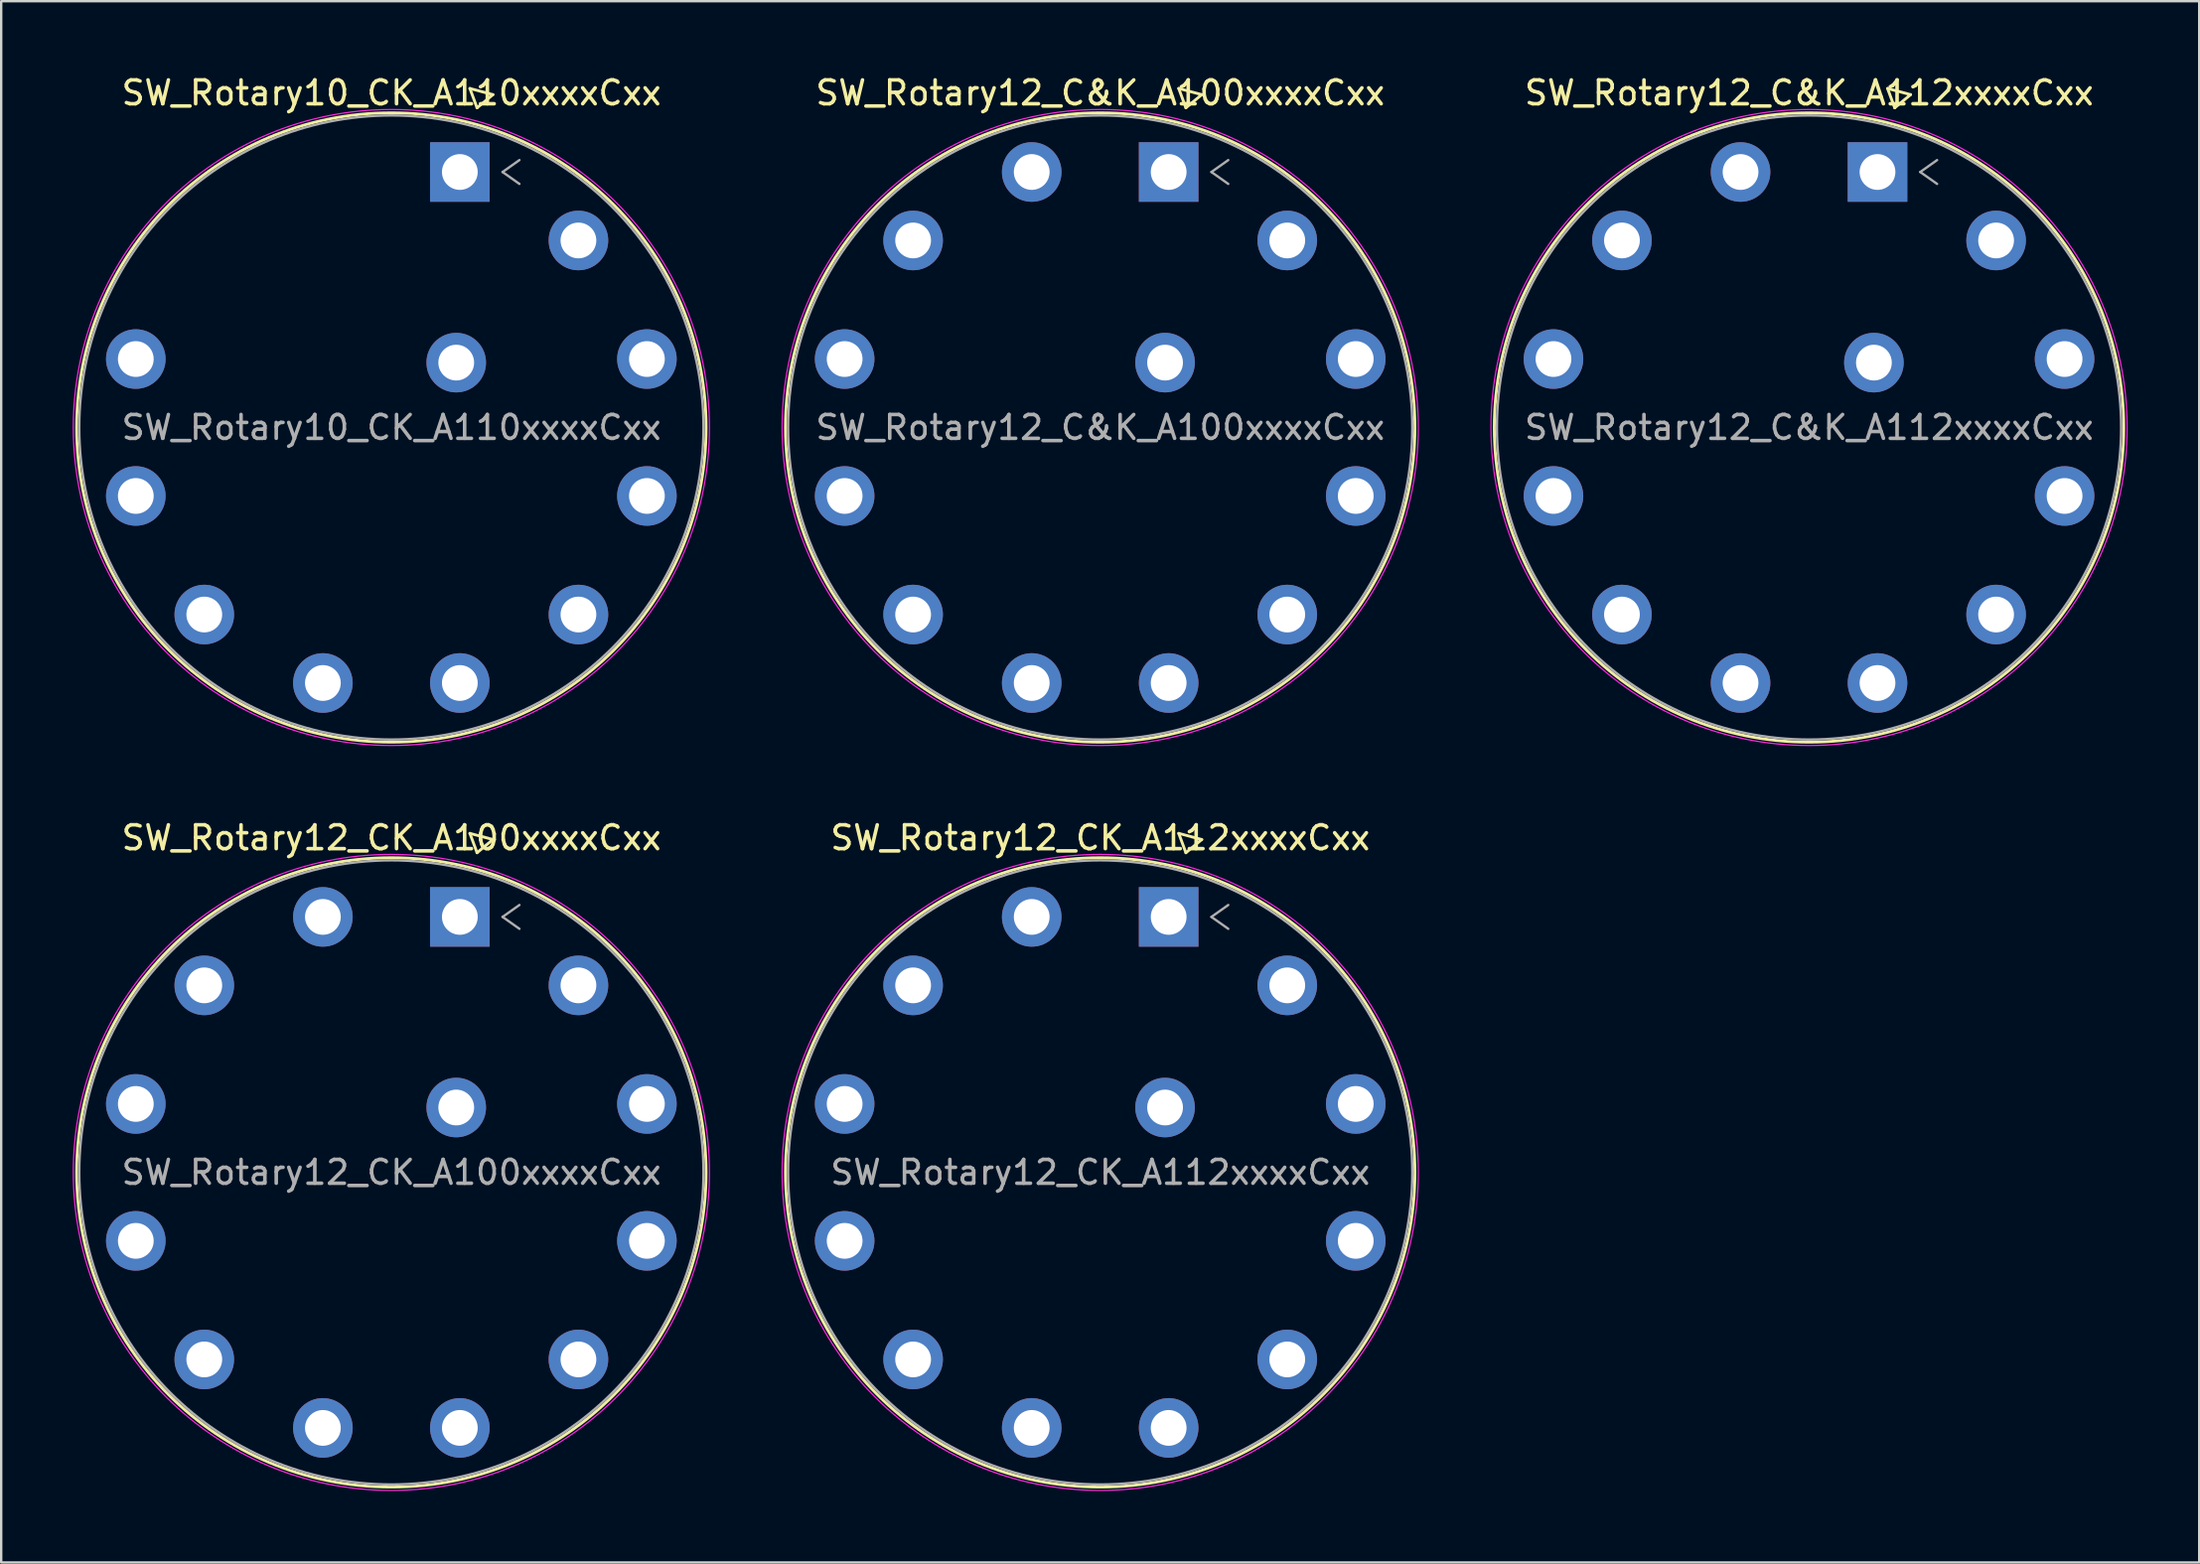
<source format=kicad_pcb>
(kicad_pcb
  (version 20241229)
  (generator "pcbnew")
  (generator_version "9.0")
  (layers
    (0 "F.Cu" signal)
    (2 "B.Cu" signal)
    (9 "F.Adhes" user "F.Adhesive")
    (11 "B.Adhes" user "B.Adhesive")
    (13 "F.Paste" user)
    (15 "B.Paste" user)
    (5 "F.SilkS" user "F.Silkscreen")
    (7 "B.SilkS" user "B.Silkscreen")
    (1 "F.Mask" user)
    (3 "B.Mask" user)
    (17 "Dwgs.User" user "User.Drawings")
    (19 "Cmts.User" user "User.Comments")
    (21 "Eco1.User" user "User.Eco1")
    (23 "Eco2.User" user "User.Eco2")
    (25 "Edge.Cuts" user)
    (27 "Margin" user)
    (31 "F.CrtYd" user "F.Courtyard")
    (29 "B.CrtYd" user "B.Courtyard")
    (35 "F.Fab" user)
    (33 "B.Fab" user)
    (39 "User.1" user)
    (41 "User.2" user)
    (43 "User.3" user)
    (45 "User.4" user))
  (footprint "SW_Rotary12_CK_A112xxxxCxx"
    (layer "F.Cu")
    (at 45.983 35.428)
    (property "Reference" "SW_Rotary12_CK_A112xxxxCxx" (at -2.87 -3.32 0) (layer "F.SilkS") (effects (font (size 1 1) (thickness 0.15))))
    (attr through_hole)
    (fp_line (start 0.422 -3.505) (end 0.722 -2.693) (stroke (width 0.12) (type solid)) (layer "F.SilkS"))
    (fp_line (start 0.722 -2.693) (end 1.388 -3.247) (stroke (width 0.12) (type solid)) (layer "F.SilkS"))
    (fp_line (start 1.388 -3.247) (end 0.422 -3.505) (stroke (width 0.12) (type solid)) (layer "F.SilkS"))
    (fp_circle (center -2.873 10.722) (end 10.332 10.722) (stroke (width 0.12) (type solid)) (fill no) (layer "F.SilkS"))
    (fp_circle (center -2.873 10.722) (end 10.472 10.722) (stroke (width 0.05) (type solid)) (fill no) (layer "F.CrtYd"))
    (fp_line (start 1.793 0) (end 2.5 0.5) (stroke (width 0.1) (type solid)) (layer "F.Fab"))
    (fp_line (start 2.5 -0.5) (end 1.793 0) (stroke (width 0.1) (type solid)) (layer "F.Fab"))
    (fp_circle (center -2.873 10.722) (end 10.222 10.722) (stroke (width 0.1) (type solid)) (fill no) (layer "F.Fab"))
    (fp_text user "${REFERENCE}" (at -2.87 10.72 0) (layer "F.Fab") (effects (font (size 1 1) (thickness 0.15))))
    (pad "1" thru_hole rect (at 0 0) (size 2.5 2.5) (drill 1.5) (layers "*.Cu" "*.Mask"))
    (pad "2" thru_hole circle (at 4.976 2.873) (size 2.5 2.5) (drill 1.5) (layers "*.Cu" "*.Mask"))
    (pad "3" thru_hole circle (at 7.849 7.849) (size 2.5 2.5) (drill 1.5) (layers "*.Cu" "*.Mask"))
    (pad "4" thru_hole circle (at 7.849 13.595) (size 2.5 2.5) (drill 1.5) (layers "*.Cu" "*.Mask"))
    (pad "5" thru_hole circle (at 4.976 18.571) (size 2.5 2.5) (drill 1.5) (layers "*.Cu" "*.Mask"))
    (pad "6" thru_hole circle (at 0 21.444) (size 2.5 2.5) (drill 1.5) (layers "*.Cu" "*.Mask"))
    (pad "7" thru_hole circle (at -5.746 21.444) (size 2.5 2.5) (drill 1.5) (layers "*.Cu" "*.Mask"))
    (pad "8" thru_hole circle (at -10.722 18.571) (size 2.5 2.5) (drill 1.5) (layers "*.Cu" "*.Mask"))
    (pad "9" thru_hole circle (at -13.595 13.595) (size 2.5 2.5) (drill 1.5) (layers "*.Cu" "*.Mask"))
    (pad "10" thru_hole circle (at -13.595 7.849) (size 2.5 2.5) (drill 1.5) (layers "*.Cu" "*.Mask"))
    (pad "11" thru_hole circle (at -10.722 2.873) (size 2.5 2.5) (drill 1.5) (layers "*.Cu" "*.Mask"))
    (pad "12" thru_hole circle (at -5.746 0) (size 2.5 2.5) (drill 1.5) (layers "*.Cu" "*.Mask"))
    (pad "A" thru_hole circle (at -0.151 7.999) (size 2.5 2.5) (drill 1.5) (layers "*.Cu" "*.Mask")))
  (footprint "SW_Rotary12_C&K_A100xxxxCxx"
    (layer "F.Cu")
    (at 45.983 4.168)
    (property "Reference" "SW_Rotary12_C&K_A100xxxxCxx" (at -2.87 -3.32 0) (layer "F.SilkS") (effects (font (size 1 1) (thickness 0.15))))
    (attr through_hole)
    (fp_line (start 0.422 -3.505) (end 0.722 -2.693) (stroke (width 0.12) (type solid)) (layer "F.SilkS"))
    (fp_line (start 0.722 -2.693) (end 1.388 -3.247) (stroke (width 0.12) (type solid)) (layer "F.SilkS"))
    (fp_line (start 1.388 -3.247) (end 0.422 -3.505) (stroke (width 0.12) (type solid)) (layer "F.SilkS"))
    (fp_circle (center -2.873 10.722) (end 10.332 10.722) (stroke (width 0.12) (type solid)) (fill no) (layer "F.SilkS"))
    (fp_circle (center -2.873 10.722) (end 10.472 10.722) (stroke (width 0.05) (type solid)) (fill no) (layer "F.CrtYd"))
    (fp_line (start 1.793 0) (end 2.5 0.5) (stroke (width 0.1) (type solid)) (layer "F.Fab"))
    (fp_line (start 2.5 -0.5) (end 1.793 0) (stroke (width 0.1) (type solid)) (layer "F.Fab"))
    (fp_circle (center -2.873 10.722) (end 10.222 10.722) (stroke (width 0.1) (type solid)) (fill no) (layer "F.Fab"))
    (fp_text user "${REFERENCE}" (at -2.87 10.72 0) (layer "F.Fab") (effects (font (size 1 1) (thickness 0.15))))
    (pad "1" thru_hole rect (at 0 0) (size 2.5 2.5) (drill 1.5) (layers "*.Cu" "*.Mask"))
    (pad "2" thru_hole circle (at 4.976 2.873) (size 2.5 2.5) (drill 1.5) (layers "*.Cu" "*.Mask"))
    (pad "3" thru_hole circle (at 7.849 7.849) (size 2.5 2.5) (drill 1.5) (layers "*.Cu" "*.Mask"))
    (pad "4" thru_hole circle (at 7.849 13.595) (size 2.5 2.5) (drill 1.5) (layers "*.Cu" "*.Mask"))
    (pad "5" thru_hole circle (at 4.976 18.571) (size 2.5 2.5) (drill 1.5) (layers "*.Cu" "*.Mask"))
    (pad "6" thru_hole circle (at 0 21.444) (size 2.5 2.5) (drill 1.5) (layers "*.Cu" "*.Mask"))
    (pad "7" thru_hole circle (at -5.746 21.444) (size 2.5 2.5) (drill 1.5) (layers "*.Cu" "*.Mask"))
    (pad "8" thru_hole circle (at -10.722 18.571) (size 2.5 2.5) (drill 1.5) (layers "*.Cu" "*.Mask"))
    (pad "9" thru_hole circle (at -13.595 13.595) (size 2.5 2.5) (drill 1.5) (layers "*.Cu" "*.Mask"))
    (pad "10" thru_hole circle (at -13.595 7.849) (size 2.5 2.5) (drill 1.5) (layers "*.Cu" "*.Mask"))
    (pad "11" thru_hole circle (at -10.722 2.873) (size 2.5 2.5) (drill 1.5) (layers "*.Cu" "*.Mask"))
    (pad "12" thru_hole circle (at -5.746 0) (size 2.5 2.5) (drill 1.5) (layers "*.Cu" "*.Mask"))
    (pad "A" thru_hole circle (at -0.151 7.999) (size 2.5 2.5) (drill 1.5) (layers "*.Cu" "*.Mask")))
  (footprint "SW_Rotary12_C&K_A112xxxxCxx"
    (layer "F.Cu")
    (at 75.723 4.168)
    (property "Reference" "SW_Rotary12_C&K_A112xxxxCxx" (at -2.87 -3.32 0) (layer "F.SilkS") (effects (font (size 1 1) (thickness 0.15))))
    (attr through_hole)
    (fp_line (start 0.422 -3.505) (end 0.722 -2.693) (stroke (width 0.12) (type solid)) (layer "F.SilkS"))
    (fp_line (start 0.722 -2.693) (end 1.388 -3.247) (stroke (width 0.12) (type solid)) (layer "F.SilkS"))
    (fp_line (start 1.388 -3.247) (end 0.422 -3.505) (stroke (width 0.12) (type solid)) (layer "F.SilkS"))
    (fp_circle (center -2.873 10.722) (end 10.332 10.722) (stroke (width 0.12) (type solid)) (fill no) (layer "F.SilkS"))
    (fp_circle (center -2.873 10.722) (end 10.472 10.722) (stroke (width 0.05) (type solid)) (fill no) (layer "F.CrtYd"))
    (fp_line (start 1.793 0) (end 2.5 0.5) (stroke (width 0.1) (type solid)) (layer "F.Fab"))
    (fp_line (start 2.5 -0.5) (end 1.793 0) (stroke (width 0.1) (type solid)) (layer "F.Fab"))
    (fp_circle (center -2.873 10.722) (end 10.222 10.722) (stroke (width 0.1) (type solid)) (fill no) (layer "F.Fab"))
    (fp_text user "${REFERENCE}" (at -2.87 10.72 0) (layer "F.Fab") (effects (font (size 1 1) (thickness 0.15))))
    (pad "1" thru_hole rect (at 0 0) (size 2.5 2.5) (drill 1.5) (layers "*.Cu" "*.Mask"))
    (pad "2" thru_hole circle (at 4.976 2.873) (size 2.5 2.5) (drill 1.5) (layers "*.Cu" "*.Mask"))
    (pad "3" thru_hole circle (at 7.849 7.849) (size 2.5 2.5) (drill 1.5) (layers "*.Cu" "*.Mask"))
    (pad "4" thru_hole circle (at 7.849 13.595) (size 2.5 2.5) (drill 1.5) (layers "*.Cu" "*.Mask"))
    (pad "5" thru_hole circle (at 4.976 18.571) (size 2.5 2.5) (drill 1.5) (layers "*.Cu" "*.Mask"))
    (pad "6" thru_hole circle (at 0 21.444) (size 2.5 2.5) (drill 1.5) (layers "*.Cu" "*.Mask"))
    (pad "7" thru_hole circle (at -5.746 21.444) (size 2.5 2.5) (drill 1.5) (layers "*.Cu" "*.Mask"))
    (pad "8" thru_hole circle (at -10.722 18.571) (size 2.5 2.5) (drill 1.5) (layers "*.Cu" "*.Mask"))
    (pad "9" thru_hole circle (at -13.595 13.595) (size 2.5 2.5) (drill 1.5) (layers "*.Cu" "*.Mask"))
    (pad "10" thru_hole circle (at -13.595 7.849) (size 2.5 2.5) (drill 1.5) (layers "*.Cu" "*.Mask"))
    (pad "11" thru_hole circle (at -10.722 2.873) (size 2.5 2.5) (drill 1.5) (layers "*.Cu" "*.Mask"))
    (pad "12" thru_hole circle (at -5.746 0) (size 2.5 2.5) (drill 1.5) (layers "*.Cu" "*.Mask"))
    (pad "A" thru_hole circle (at -0.151 7.999) (size 2.5 2.5) (drill 1.5) (layers "*.Cu" "*.Mask")))
  (footprint "SW_Rotary10_CK_A110xxxxCxx"
    (layer "F.Cu")
    (at 16.243 4.168)
    (property "Reference" "SW_Rotary10_CK_A110xxxxCxx" (at -2.87 -3.32 0) (layer "F.SilkS") (effects (font (size 1 1) (thickness 0.15))))
    (attr through_hole)
    (fp_line (start 0.422 -3.505) (end 0.722 -2.693) (stroke (width 0.12) (type solid)) (layer "F.SilkS"))
    (fp_line (start 0.722 -2.693) (end 1.388 -3.247) (stroke (width 0.12) (type solid)) (layer "F.SilkS"))
    (fp_line (start 1.388 -3.247) (end 0.422 -3.505) (stroke (width 0.12) (type solid)) (layer "F.SilkS"))
    (fp_circle (center -2.873 10.722) (end 10.332 10.722) (stroke (width 0.12) (type solid)) (fill no) (layer "F.SilkS"))
    (fp_circle (center -2.873 10.722) (end 10.472 10.722) (stroke (width 0.05) (type solid)) (fill no) (layer "F.CrtYd"))
    (fp_line (start 1.793 0) (end 2.5 0.5) (stroke (width 0.1) (type solid)) (layer "F.Fab"))
    (fp_line (start 2.5 -0.5) (end 1.793 0) (stroke (width 0.1) (type solid)) (layer "F.Fab"))
    (fp_circle (center -2.873 10.722) (end 10.222 10.722) (stroke (width 0.1) (type solid)) (fill no) (layer "F.Fab"))
    (fp_text user "${REFERENCE}" (at -2.87 10.72 0) (layer "F.Fab") (effects (font (size 1 1) (thickness 0.15))))
    (pad "1" thru_hole rect (at 0 0) (size 2.5 2.5) (drill 1.5) (layers "*.Cu" "*.Mask"))
    (pad "2" thru_hole circle (at 4.976 2.873) (size 2.5 2.5) (drill 1.5) (layers "*.Cu" "*.Mask"))
    (pad "3" thru_hole circle (at 7.849 7.849) (size 2.5 2.5) (drill 1.5) (layers "*.Cu" "*.Mask"))
    (pad "4" thru_hole circle (at 7.849 13.595) (size 2.5 2.5) (drill 1.5) (layers "*.Cu" "*.Mask"))
    (pad "5" thru_hole circle (at 4.976 18.571) (size 2.5 2.5) (drill 1.5) (layers "*.Cu" "*.Mask"))
    (pad "6" thru_hole circle (at 0 21.444) (size 2.5 2.5) (drill 1.5) (layers "*.Cu" "*.Mask"))
    (pad "7" thru_hole circle (at -5.746 21.444) (size 2.5 2.5) (drill 1.5) (layers "*.Cu" "*.Mask"))
    (pad "8" thru_hole circle (at -10.722 18.571) (size 2.5 2.5) (drill 1.5) (layers "*.Cu" "*.Mask"))
    (pad "9" thru_hole circle (at -13.595 13.595) (size 2.5 2.5) (drill 1.5) (layers "*.Cu" "*.Mask"))
    (pad "10" thru_hole circle (at -13.595 7.849) (size 2.5 2.5) (drill 1.5) (layers "*.Cu" "*.Mask"))
    (pad "A" thru_hole circle (at -0.151 7.999) (size 2.5 2.5) (drill 1.5) (layers "*.Cu" "*.Mask")))
  (footprint "SW_Rotary12_CK_A100xxxxCxx"
    (layer "F.Cu")
    (at 16.243 35.428)
    (property "Reference" "SW_Rotary12_CK_A100xxxxCxx" (at -2.87 -3.32 0) (layer "F.SilkS") (effects (font (size 1 1) (thickness 0.15))))
    (attr through_hole)
    (fp_line (start 0.422 -3.505) (end 0.722 -2.693) (stroke (width 0.12) (type solid)) (layer "F.SilkS"))
    (fp_line (start 0.722 -2.693) (end 1.388 -3.247) (stroke (width 0.12) (type solid)) (layer "F.SilkS"))
    (fp_line (start 1.388 -3.247) (end 0.422 -3.505) (stroke (width 0.12) (type solid)) (layer "F.SilkS"))
    (fp_circle (center -2.873 10.722) (end 10.332 10.722) (stroke (width 0.12) (type solid)) (fill no) (layer "F.SilkS"))
    (fp_circle (center -2.873 10.722) (end 10.472 10.722) (stroke (width 0.05) (type solid)) (fill no) (layer "F.CrtYd"))
    (fp_line (start 1.793 0) (end 2.5 0.5) (stroke (width 0.1) (type solid)) (layer "F.Fab"))
    (fp_line (start 2.5 -0.5) (end 1.793 0) (stroke (width 0.1) (type solid)) (layer "F.Fab"))
    (fp_circle (center -2.873 10.722) (end 10.222 10.722) (stroke (width 0.1) (type solid)) (fill no) (layer "F.Fab"))
    (fp_text user "${REFERENCE}" (at -2.87 10.72 0) (layer "F.Fab") (effects (font (size 1 1) (thickness 0.15))))
    (pad "1" thru_hole rect (at 0 0) (size 2.5 2.5) (drill 1.5) (layers "*.Cu" "*.Mask"))
    (pad "2" thru_hole circle (at 4.976 2.873) (size 2.5 2.5) (drill 1.5) (layers "*.Cu" "*.Mask"))
    (pad "3" thru_hole circle (at 7.849 7.849) (size 2.5 2.5) (drill 1.5) (layers "*.Cu" "*.Mask"))
    (pad "4" thru_hole circle (at 7.849 13.595) (size 2.5 2.5) (drill 1.5) (layers "*.Cu" "*.Mask"))
    (pad "5" thru_hole circle (at 4.976 18.571) (size 2.5 2.5) (drill 1.5) (layers "*.Cu" "*.Mask"))
    (pad "6" thru_hole circle (at 0 21.444) (size 2.5 2.5) (drill 1.5) (layers "*.Cu" "*.Mask"))
    (pad "7" thru_hole circle (at -5.746 21.444) (size 2.5 2.5) (drill 1.5) (layers "*.Cu" "*.Mask"))
    (pad "8" thru_hole circle (at -10.722 18.571) (size 2.5 2.5) (drill 1.5) (layers "*.Cu" "*.Mask"))
    (pad "9" thru_hole circle (at -13.595 13.595) (size 2.5 2.5) (drill 1.5) (layers "*.Cu" "*.Mask"))
    (pad "10" thru_hole circle (at -13.595 7.849) (size 2.5 2.5) (drill 1.5) (layers "*.Cu" "*.Mask"))
    (pad "11" thru_hole circle (at -10.722 2.873) (size 2.5 2.5) (drill 1.5) (layers "*.Cu" "*.Mask"))
    (pad "12" thru_hole circle (at -5.746 0) (size 2.5 2.5) (drill 1.5) (layers "*.Cu" "*.Mask"))
    (pad "A" thru_hole circle (at -0.151 7.999) (size 2.5 2.5) (drill 1.5) (layers "*.Cu" "*.Mask")))
  (gr_rect
    (start -3 -3)
    (end 89.22 62.52)
    (stroke (width 0.1) (type default))
    (fill no)
    (layer "Edge.Cuts")))
</source>
